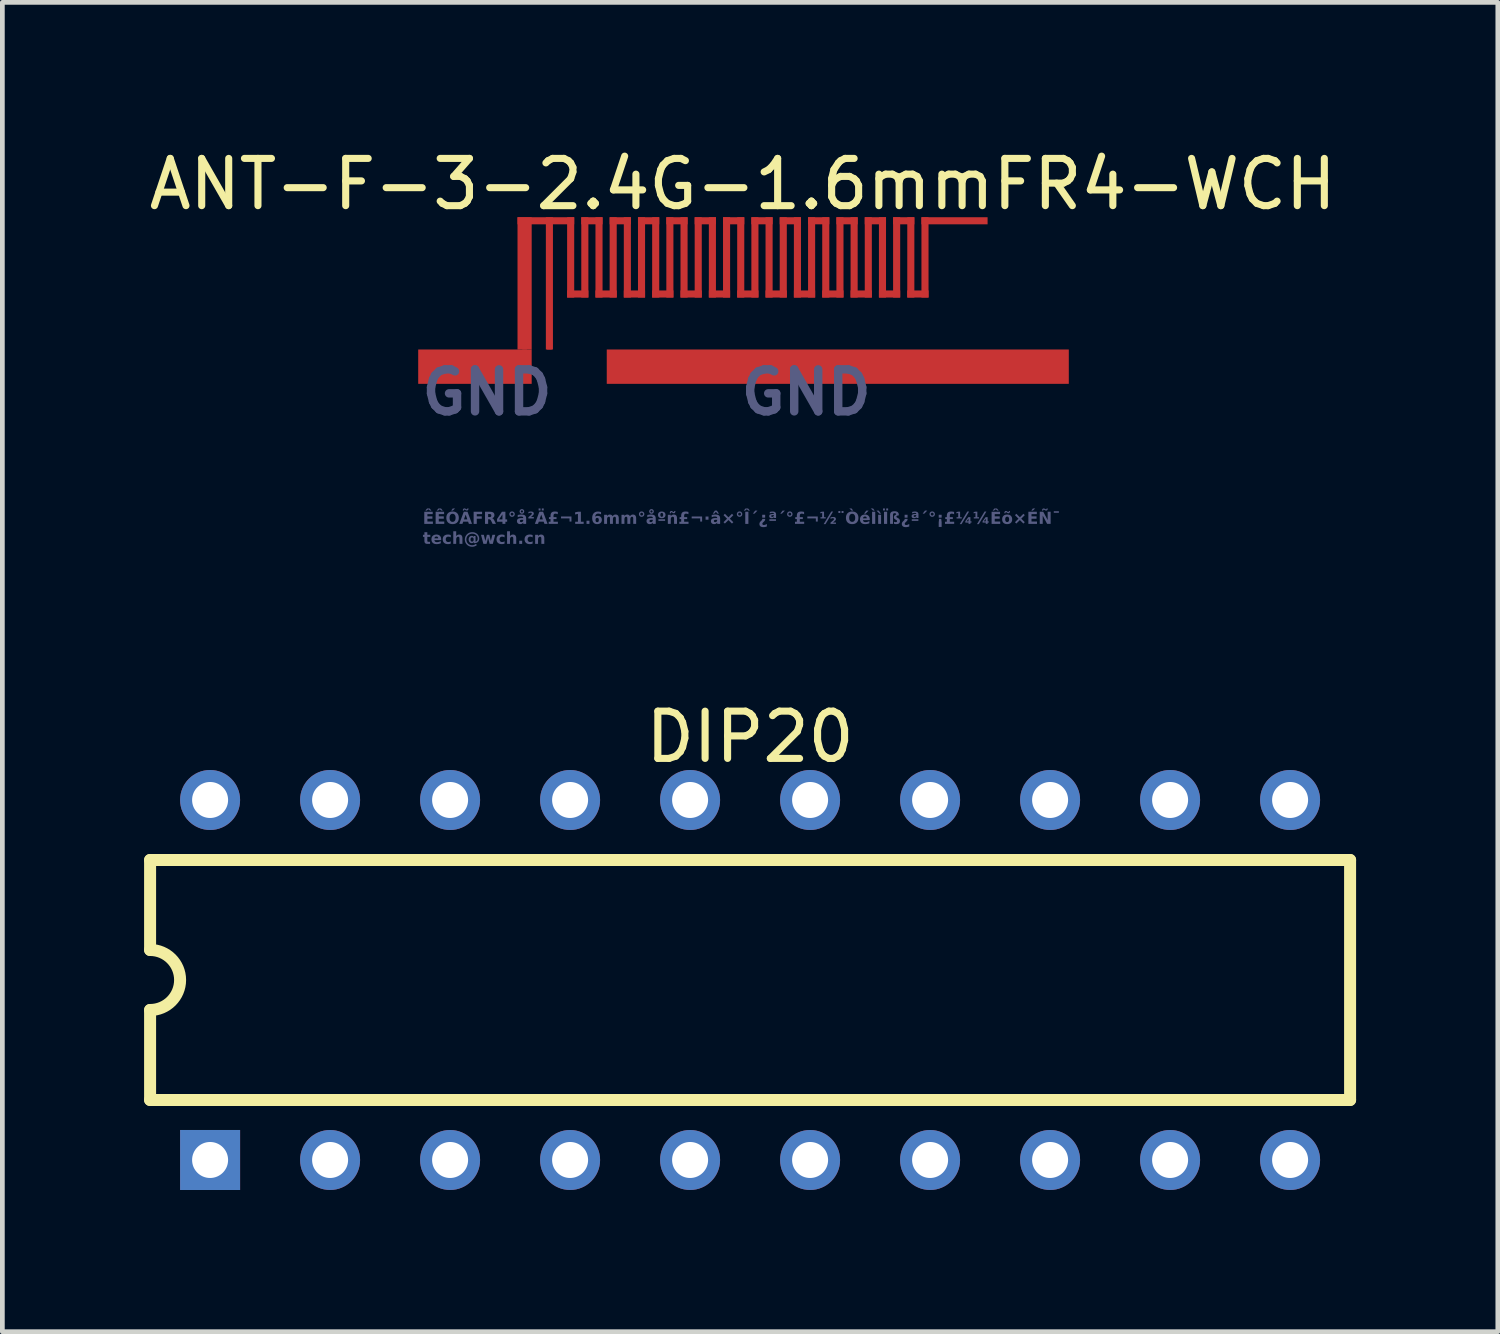
<source format=kicad_pcb>
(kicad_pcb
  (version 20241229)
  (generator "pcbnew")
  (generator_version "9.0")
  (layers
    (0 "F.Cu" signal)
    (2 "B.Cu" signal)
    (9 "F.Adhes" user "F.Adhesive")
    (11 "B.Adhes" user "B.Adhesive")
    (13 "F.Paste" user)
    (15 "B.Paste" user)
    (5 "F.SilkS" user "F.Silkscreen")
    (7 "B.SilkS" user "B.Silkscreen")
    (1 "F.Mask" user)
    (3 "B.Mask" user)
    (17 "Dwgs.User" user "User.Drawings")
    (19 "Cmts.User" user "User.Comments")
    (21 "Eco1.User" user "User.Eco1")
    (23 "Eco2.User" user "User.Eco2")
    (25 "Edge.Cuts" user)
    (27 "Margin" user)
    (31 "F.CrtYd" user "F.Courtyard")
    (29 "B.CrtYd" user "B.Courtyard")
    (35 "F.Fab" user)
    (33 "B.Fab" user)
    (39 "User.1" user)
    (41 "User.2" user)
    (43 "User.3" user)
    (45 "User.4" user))
  (footprint "DIP20"
    (layer "F.Cu")
    (at 1.397 21.503)
    (property "Reference" "DIP20" (at 11.43 -8.955 0) (layer "F.SilkS") (effects (font (size 1 1) (thickness 0.15))))
    (fp_line (start -1.27 -6.35) (end 24.13 -6.35) (stroke (width 0.254) (type solid)) (layer "F.SilkS"))
    (fp_line (start -1.27 -4.445) (end -1.27 -6.35) (stroke (width 0.254) (type solid)) (layer "F.SilkS"))
    (fp_line (start -1.27 -1.27) (end -1.27 -3.175) (stroke (width 0.254) (type solid)) (layer "F.SilkS"))
    (fp_line (start -1.27 -1.27) (end 24.13 -1.27) (stroke (width 0.254) (type solid)) (layer "F.SilkS"))
    (fp_line (start 24.13 -1.27) (end 24.13 -6.35) (stroke (width 0.254) (type solid)) (layer "F.SilkS"))
    (fp_arc (start -1.27 -4.445) (mid -0.635 -3.81) (end -1.27 -3.175) (stroke (width 0.254) (type solid)) (layer "F.SilkS"))
    (pad "1" thru_hole rect (at 0 0) (size 1.27 1.27) (drill 0.762) (layers "*.Cu" "*.Mask"))
    (pad "2" thru_hole circle (at 2.54 0) (size 1.27 1.27) (drill 0.762) (layers "*.Cu" "*.Mask"))
    (pad "3" thru_hole circle (at 5.08 0) (size 1.27 1.27) (drill 0.762) (layers "*.Cu" "*.Mask"))
    (pad "4" thru_hole circle (at 7.62 0) (size 1.27 1.27) (drill 0.762) (layers "*.Cu" "*.Mask"))
    (pad "5" thru_hole circle (at 10.16 0) (size 1.27 1.27) (drill 0.762) (layers "*.Cu" "*.Mask"))
    (pad "6" thru_hole circle (at 12.7 0) (size 1.27 1.27) (drill 0.762) (layers "*.Cu" "*.Mask"))
    (pad "7" thru_hole circle (at 15.24 0) (size 1.27 1.27) (drill 0.762) (layers "*.Cu" "*.Mask"))
    (pad "8" thru_hole circle (at 17.78 0) (size 1.27 1.27) (drill 0.762) (layers "*.Cu" "*.Mask"))
    (pad "9" thru_hole circle (at 20.32 0) (size 1.27 1.27) (drill 0.762) (layers "*.Cu" "*.Mask"))
    (pad "10" thru_hole circle (at 22.86 0) (size 1.27 1.27) (drill 0.762) (layers "*.Cu" "*.Mask"))
    (pad "11" thru_hole circle (at 22.86 -7.62) (size 1.27 1.27) (drill 0.762) (layers "*.Cu" "*.Mask"))
    (pad "12" thru_hole circle (at 20.32 -7.62) (size 1.27 1.27) (drill 0.762) (layers "*.Cu" "*.Mask"))
    (pad "13" thru_hole circle (at 17.78 -7.62) (size 1.27 1.27) (drill 0.762) (layers "*.Cu" "*.Mask"))
    (pad "14" thru_hole circle (at 15.24 -7.62) (size 1.27 1.27) (drill 0.762) (layers "*.Cu" "*.Mask"))
    (pad "15" thru_hole circle (at 12.7 -7.62) (size 1.27 1.27) (drill 0.762) (layers "*.Cu" "*.Mask"))
    (pad "16" thru_hole circle (at 10.16 -7.62) (size 1.27 1.27) (drill 0.762) (layers "*.Cu" "*.Mask"))
    (pad "17" thru_hole circle (at 7.62 -7.62) (size 1.27 1.27) (drill 0.762) (layers "*.Cu" "*.Mask"))
    (pad "18" thru_hole circle (at 5.08 -7.62) (size 1.27 1.27) (drill 0.762) (layers "*.Cu" "*.Mask"))
    (pad "19" thru_hole circle (at 2.54 -7.62) (size 1.27 1.27) (drill 0.762) (layers "*.Cu" "*.Mask"))
    (pad "20" thru_hole circle (at 0 -7.62) (size 1.27 1.27) (drill 0.762) (layers "*.Cu" "*.Mask")))
  (footprint "ANT-F-3-2.4G-1.6mmFR4-WCH"
    (layer "F.Cu")
    (at 8.579 4.298)
    (property "Reference" "ANT-F-3-2.4G-1.6mmFR4-WCH" (at 4.093 -3.45 0) (layer "F.SilkS") (effects (font (size 1 1) (thickness 0.15))))
    (fp_text user "GND" (at 3.964 1.477 0) (unlocked yes) (layer "B.Fab") (effects (font (size 0.889 0.889) (thickness 0.178)) (justify left bottom)))
    (fp_text user "GND" (at -2.792 1.477 0) (unlocked yes) (layer "B.Fab") (effects (font (size 0.889 0.889) (thickness 0.178)) (justify left bottom)))
    (fp_text_box "ÊÊÓÃFR4°å²Ä£¬1.6mm°åºñ£¬·â×°Î´¿ª´°£¬½¨ÒéÌìÏß¿ª´°¡£¼¼Êõ×ÉÑ¯ tech@wch.cn" (start -2.758 3.412) (end 10.783 4.352) (margins 0.127 0.127 0.127 0.127) (layer "B.Fab") (effects (font (face "Arial") (size 0.252 0.252) (thickness 0.152) (bold yes)) (justify left top)) (border no) (stroke (width 0.1) (type default)))
    (pad "" smd rect (at 6.104 0.413) (size 9.78 0.727) (layers "F.Cu"))
    (pad "0" smd rect (at -1.576 0.413) (size 2.402 0.727) (layers "F.Cu"))
    (pad "0" smd rect (at -0.525 -1.35) (size 0.3 2.8) (layers "F.Cu"))
    (pad "0" smd rect (at -0.525 0) (size 0.1 0.1) (layers "F.Cu" "F.Paste"))
    (pad "0" smd rect (at -0.3 -2.675) (size 0.75 0.15) (layers "F.Cu"))
    (pad "1" smd rect (at 0 -1.35) (size 0.15 2.8) (layers "F.Cu"))
    (pad "1" smd rect (at 0 0) (size 0.1 0.1) (layers "F.Cu" "F.Paste"))
    (pad "1" smd rect (at 0.3 -2.675) (size 0.45 0.15) (layers "F.Cu"))
    (pad "1" smd rect (at 0.45 -1.9) (size 0.15 1.7) (layers "F.Cu"))
    (pad "1" smd rect (at 0.6 -1.125) (size 0.45 0.15) (layers "F.Cu"))
    (pad "1" smd rect (at 0.75 -1.9) (size 0.15 1.7) (layers "F.Cu"))
    (pad "1" smd rect (at 0.9 -2.675) (size 0.45 0.15) (layers "F.Cu"))
    (pad "1" smd rect (at 1.05 -1.9) (size 0.15 1.7) (layers "F.Cu"))
    (pad "1" smd rect (at 1.2 -1.125) (size 0.45 0.15) (layers "F.Cu"))
    (pad "1" smd rect (at 1.35 -1.9) (size 0.15 1.7) (layers "F.Cu"))
    (pad "1" smd rect (at 1.5 -2.675) (size 0.45 0.15) (layers "F.Cu"))
    (pad "1" smd rect (at 1.65 -1.9) (size 0.15 1.7) (layers "F.Cu"))
    (pad "1" smd rect (at 1.8 -1.125) (size 0.45 0.15) (layers "F.Cu"))
    (pad "1" smd rect (at 1.95 -1.9) (size 0.15 1.7) (layers "F.Cu"))
    (pad "1" smd rect (at 2.1 -2.675) (size 0.45 0.15) (layers "F.Cu"))
    (pad "1" smd rect (at 2.25 -1.9) (size 0.15 1.7) (layers "F.Cu"))
    (pad "1" smd rect (at 2.4 -1.125) (size 0.45 0.15) (layers "F.Cu"))
    (pad "1" smd rect (at 2.55 -1.9) (size 0.15 1.7) (layers "F.Cu"))
    (pad "1" smd rect (at 2.7 -2.675) (size 0.45 0.15) (layers "F.Cu"))
    (pad "1" smd rect (at 2.85 -1.9) (size 0.15 1.7) (layers "F.Cu"))
    (pad "1" smd rect (at 3 -1.125) (size 0.45 0.15) (layers "F.Cu"))
    (pad "1" smd rect (at 3.15 -1.9) (size 0.15 1.7) (layers "F.Cu"))
    (pad "1" smd rect (at 3.3 -2.675) (size 0.45 0.15) (layers "F.Cu"))
    (pad "1" smd rect (at 3.45 -1.9) (size 0.15 1.7) (layers "F.Cu"))
    (pad "1" smd rect (at 3.6 -1.125) (size 0.45 0.15) (layers "F.Cu"))
    (pad "1" smd rect (at 3.75 -1.9) (size 0.15 1.7) (layers "F.Cu"))
    (pad "1" smd rect (at 3.9 -2.675) (size 0.45 0.15) (layers "F.Cu"))
    (pad "1" smd rect (at 4.05 -1.9) (size 0.15 1.7) (layers "F.Cu"))
    (pad "1" smd rect (at 4.2 -1.125) (size 0.45 0.15) (layers "F.Cu"))
    (pad "1" smd rect (at 4.35 -1.9) (size 0.15 1.7) (layers "F.Cu"))
    (pad "1" smd rect (at 4.5 -2.675) (size 0.45 0.15) (layers "F.Cu"))
    (pad "1" smd rect (at 4.65 -1.9) (size 0.15 1.7) (layers "F.Cu"))
    (pad "1" smd rect (at 4.8 -1.125) (size 0.45 0.15) (layers "F.Cu"))
    (pad "1" smd rect (at 4.95 -1.9) (size 0.15 1.7) (layers "F.Cu"))
    (pad "1" smd rect (at 5.1 -2.675) (size 0.45 0.15) (layers "F.Cu"))
    (pad "1" smd rect (at 5.25 -1.9) (size 0.15 1.7) (layers "F.Cu"))
    (pad "1" smd rect (at 5.4 -1.125) (size 0.45 0.15) (layers "F.Cu"))
    (pad "1" smd rect (at 5.55 -1.9) (size 0.15 1.7) (layers "F.Cu"))
    (pad "1" smd rect (at 5.7 -2.675) (size 0.45 0.15) (layers "F.Cu"))
    (pad "1" smd rect (at 5.85 -1.9) (size 0.15 1.7) (layers "F.Cu"))
    (pad "1" smd rect (at 6 -1.125) (size 0.45 0.15) (layers "F.Cu"))
    (pad "1" smd rect (at 6.15 -1.9) (size 0.15 1.7) (layers "F.Cu"))
    (pad "1" smd rect (at 6.3 -2.675) (size 0.45 0.15) (layers "F.Cu"))
    (pad "1" smd rect (at 6.45 -1.9) (size 0.15 1.7) (layers "F.Cu"))
    (pad "1" smd rect (at 6.6 -1.125) (size 0.45 0.15) (layers "F.Cu"))
    (pad "1" smd rect (at 6.75 -1.9) (size 0.15 1.7) (layers "F.Cu"))
    (pad "1" smd rect (at 6.9 -2.675) (size 0.45 0.15) (layers "F.Cu"))
    (pad "1" smd rect (at 7.05 -1.9) (size 0.15 1.7) (layers "F.Cu"))
    (pad "1" smd rect (at 7.2 -1.125) (size 0.45 0.15) (layers "F.Cu"))
    (pad "1" smd rect (at 7.35 -1.9) (size 0.15 1.7) (layers "F.Cu"))
    (pad "1" smd rect (at 7.5 -2.675) (size 0.45 0.15) (layers "F.Cu"))
    (pad "1" smd rect (at 7.65 -1.9) (size 0.15 1.7) (layers "F.Cu"))
    (pad "1" smd rect (at 7.8 -1.125) (size 0.45 0.15) (layers "F.Cu"))
    (pad "1" smd rect (at 7.95 -1.9) (size 0.15 1.7) (layers "F.Cu"))
    (pad "1" smd rect (at 8.575 -2.675) (size 1.4 0.15) (layers "F.Cu")))
  (gr_rect
    (start -3 -3)
    (end 28.654 25.138)
    (stroke (width 0.1) (type default))
    (fill no)
    (layer "Edge.Cuts")))
</source>
